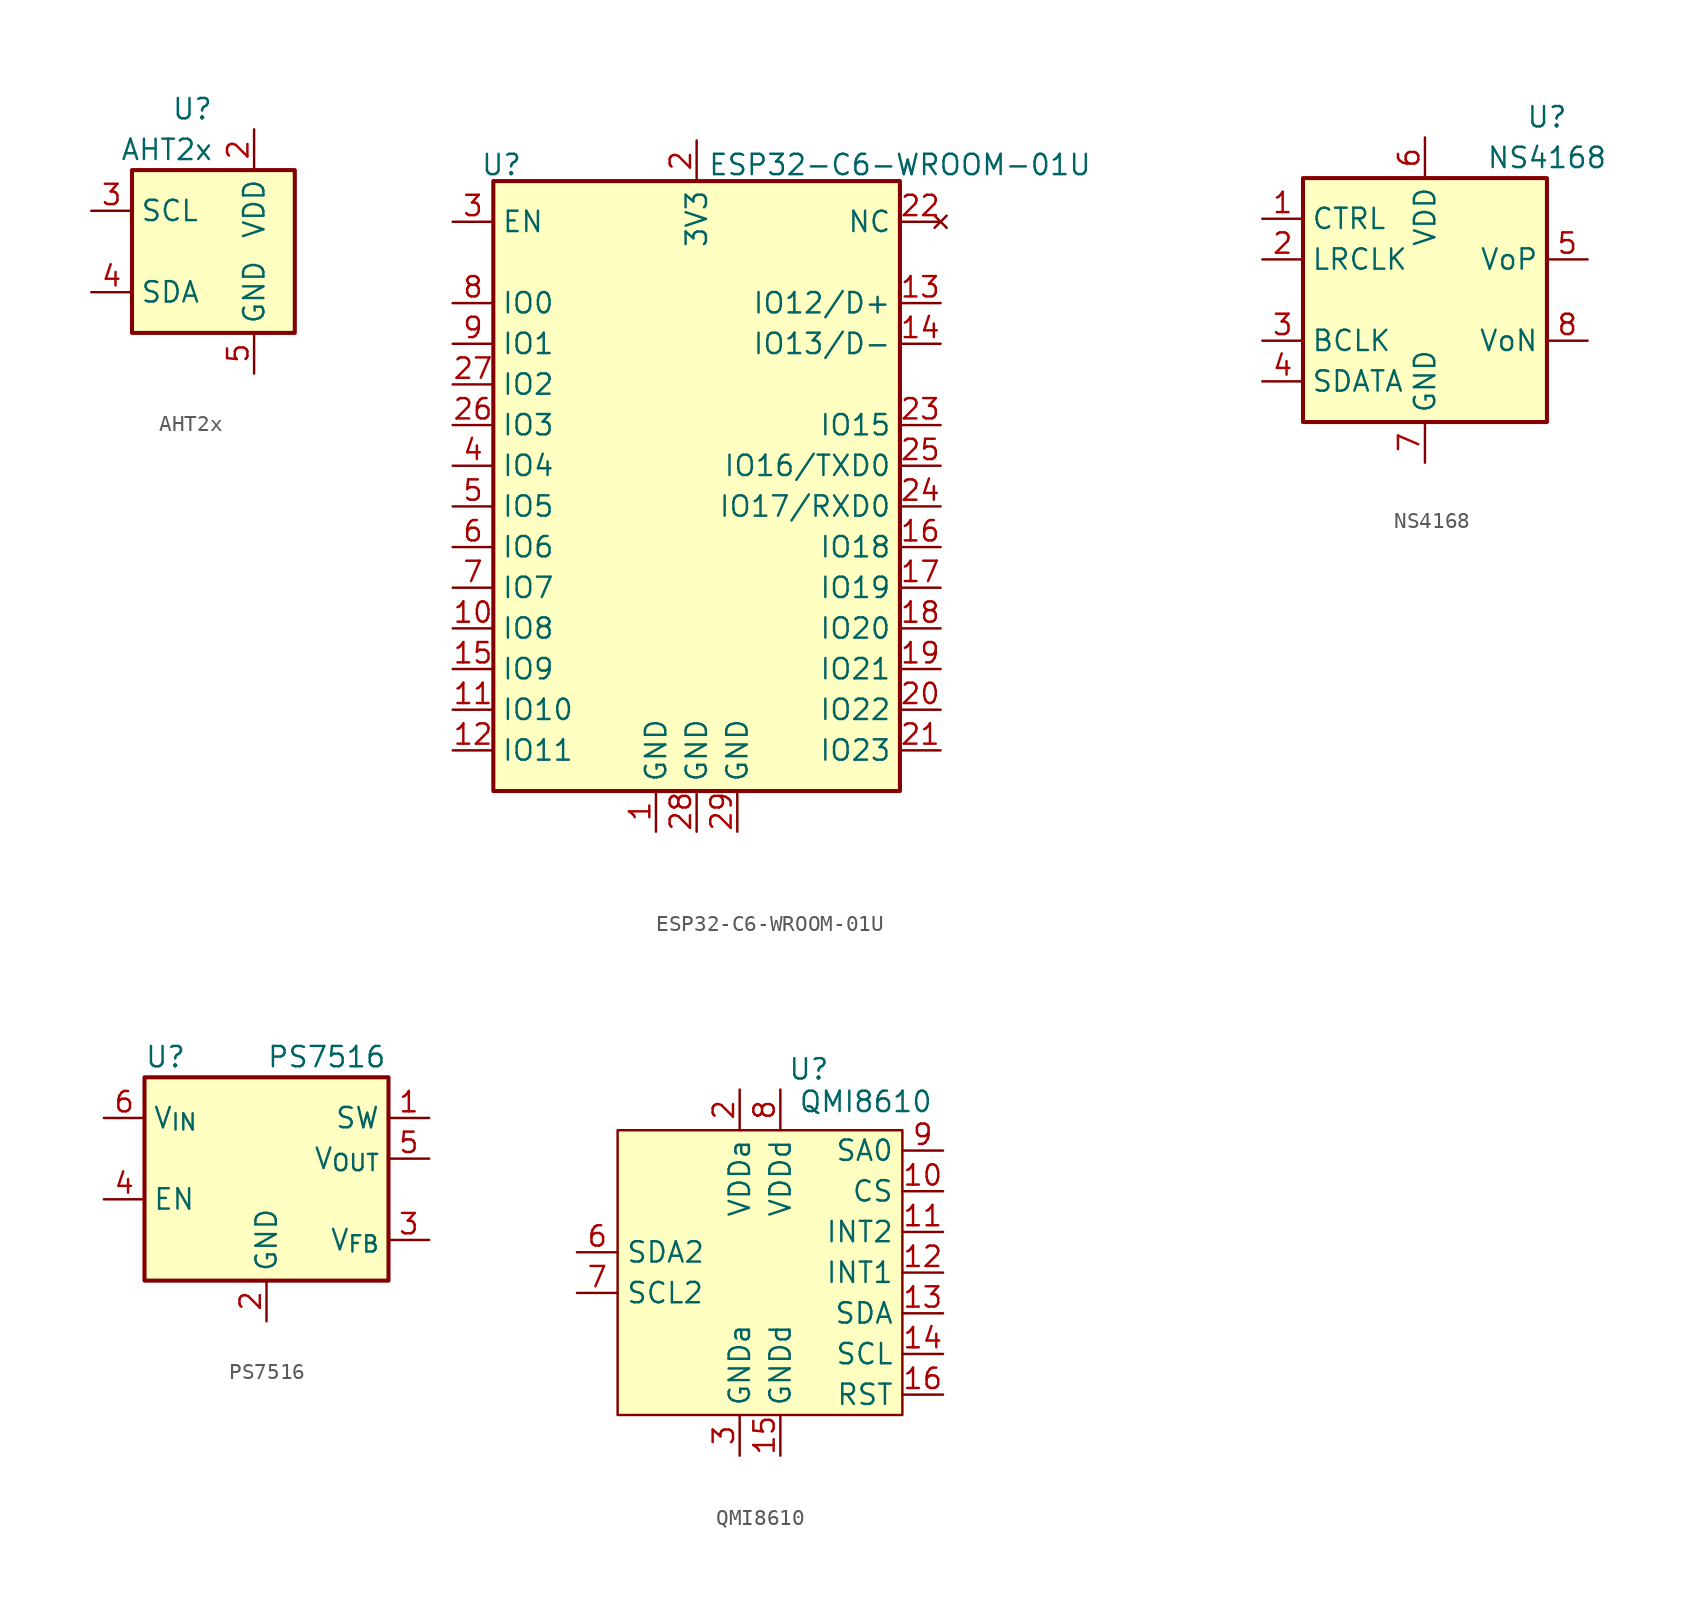
<source format=kicad_sym>
(kicad_symbol_lib
  (version 20231120)
  (generator "kicad_symbol_editor")
  (generator_version "8.0")
  (symbol "AHT2x"
    (property "Reference" "U"
      (at 0 8.89 0)
      (effects (font (size 1.27 1.27)) (justify right)))
    (property "Value" "AHT2x"
      (at 0 6.35 0)
      (effects (font (size 1.27 1.27)) (justify right)))
    (symbol "AHT2x_1_1"
      (rectangle (start -5.08 5.08) (end 5.08 -5.08) (stroke (width 0.254) (type default)) (fill (type background)))
      (pin no_connect line (at 5.08 0 180) (length 2.54) hide (name "NC" (effects (font (size 1.27 1.27)))) (number "1" (effects (font (size 1.27 1.27)))))
      (pin power_in line (at 2.54 7.62 270) (length 2.54) (name "VDD" (effects (font (size 1.27 1.27)))) (number "2" (effects (font (size 1.27 1.27)))))
      (pin input line (at -7.62 2.54 0) (length 2.54) (name "SCL" (effects (font (size 1.27 1.27)))) (number "3" (effects (font (size 1.27 1.27)))))
      (pin bidirectional line (at -7.62 -2.54 0) (length 2.54) (name "SDA" (effects (font (size 1.27 1.27)))) (number "4" (effects (font (size 1.27 1.27)))))
      (pin power_in line (at 2.54 -7.62 90) (length 2.54) (name "GND" (effects (font (size 1.27 1.27)))) (number "5" (effects (font (size 1.27 1.27)))))
      (pin no_connect line (at 5.08 0 180) (length 2.54) hide (name "NC" (effects (font (size 1.27 1.27)))) (number "6" (effects (font (size 1.27 1.27)))))))
  (symbol "ESP32-C6-WROOM-01U"
    (property "Reference" "U"
      (at -12.192 21.336 0)
      (effects (font (size 1.27 1.27))))
    (property "Value" "ESP32-C6-WROOM-01U"
      (at 12.7 21.336 0)
      (effects (font (size 1.27 1.27))))
    (symbol "ESP32-C6-WROOM-01U_1_1"
      (rectangle (start -12.7 20.32) (end 12.7 -17.78) (stroke (width 0.254) (type default)) (fill (type background)))
      (pin power_in line (at -2.54 -20.32 90) (length 2.54) (name "GND" (effects (font (size 1.27 1.27)))) (number "1" (effects (font (size 1.27 1.27)))))
      (pin bidirectional line (at -15.24 -7.62 0) (length 2.54) (name "IO8" (effects (font (size 1.27 1.27)))) (number "10" (effects (font (size 1.27 1.27)))))
      (pin bidirectional line (at -15.24 -12.7 0) (length 2.54) (name "IO10" (effects (font (size 1.27 1.27)))) (number "11" (effects (font (size 1.27 1.27)))))
      (pin bidirectional line (at -15.24 -15.24 0) (length 2.54) (name "IO11" (effects (font (size 1.27 1.27)))) (number "12" (effects (font (size 1.27 1.27)))))
      (pin bidirectional line (at 15.24 12.7 180) (length 2.54) (name "IO12/D+" (effects (font (size 1.27 1.27)))) (number "13" (effects (font (size 1.27 1.27)))))
      (pin bidirectional line (at 15.24 10.16 180) (length 2.54) (name "IO13/D-" (effects (font (size 1.27 1.27)))) (number "14" (effects (font (size 1.27 1.27)))))
      (pin bidirectional line (at -15.24 -10.16 0) (length 2.54) (name "IO9" (effects (font (size 1.27 1.27)))) (number "15" (effects (font (size 1.27 1.27)))))
      (pin bidirectional line (at 15.24 -2.54 180) (length 2.54) (name "IO18" (effects (font (size 1.27 1.27)))) (number "16" (effects (font (size 1.27 1.27)))))
      (pin bidirectional line (at 15.24 -5.08 180) (length 2.54) (name "IO19" (effects (font (size 1.27 1.27)))) (number "17" (effects (font (size 1.27 1.27)))))
      (pin bidirectional line (at 15.24 -7.62 180) (length 2.54) (name "IO20" (effects (font (size 1.27 1.27)))) (number "18" (effects (font (size 1.27 1.27)))))
      (pin bidirectional line (at 15.24 -10.16 180) (length 2.54) (name "IO21" (effects (font (size 1.27 1.27)))) (number "19" (effects (font (size 1.27 1.27)))))
      (pin power_in line (at 0 22.86 270) (length 2.54) (name "3V3" (effects (font (size 1.27 1.27)))) (number "2" (effects (font (size 1.27 1.27)))))
      (pin bidirectional line (at 15.24 -12.7 180) (length 2.54) (name "IO22" (effects (font (size 1.27 1.27)))) (number "20" (effects (font (size 1.27 1.27)))))
      (pin bidirectional line (at 15.24 -15.24 180) (length 2.54) (name "IO23" (effects (font (size 1.27 1.27)))) (number "21" (effects (font (size 1.27 1.27)))))
      (pin no_connect line (at 15.24 17.78 180) (length 2.54) (name "NC" (effects (font (size 1.27 1.27)))) (number "22" (effects (font (size 1.27 1.27)))))
      (pin bidirectional line (at 15.24 5.08 180) (length 2.54) (name "IO15" (effects (font (size 1.27 1.27)))) (number "23" (effects (font (size 1.27 1.27)))))
      (pin bidirectional line (at 15.24 0 180) (length 2.54) (name "IO17/RXD0" (effects (font (size 1.27 1.27)))) (number "24" (effects (font (size 1.27 1.27)))))
      (pin bidirectional line (at 15.24 2.54 180) (length 2.54) (name "IO16/TXD0" (effects (font (size 1.27 1.27)))) (number "25" (effects (font (size 1.27 1.27)))))
      (pin bidirectional line (at -15.24 5.08 0) (length 2.54) (name "IO3" (effects (font (size 1.27 1.27)))) (number "26" (effects (font (size 1.27 1.27)))))
      (pin bidirectional line (at -15.24 7.62 0) (length 2.54) (name "IO2" (effects (font (size 1.27 1.27)))) (number "27" (effects (font (size 1.27 1.27)))))
      (pin power_in line (at 0 -20.32 90) (length 2.54) (name "GND" (effects (font (size 1.27 1.27)))) (number "28" (effects (font (size 1.27 1.27)))))
      (pin input line (at 2.54 -20.32 90) (length 2.54) (name "GND" (effects (font (size 1.27 1.27)))) (number "29" (effects (font (size 1.27 1.27)))))
      (pin input line (at -15.24 17.78 0) (length 2.54) (name "EN" (effects (font (size 1.27 1.27)))) (number "3" (effects (font (size 1.27 1.27)))))
      (pin bidirectional line (at -15.24 2.54 0) (length 2.54) (name "IO4" (effects (font (size 1.27 1.27)))) (number "4" (effects (font (size 1.27 1.27)))))
      (pin bidirectional line (at -15.24 0 0) (length 2.54) (name "IO5" (effects (font (size 1.27 1.27)))) (number "5" (effects (font (size 1.27 1.27)))))
      (pin bidirectional line (at -15.24 -2.54 0) (length 2.54) (name "IO6" (effects (font (size 1.27 1.27)))) (number "6" (effects (font (size 1.27 1.27)))))
      (pin bidirectional line (at -15.24 -5.08 0) (length 2.54) (name "IO7" (effects (font (size 1.27 1.27)))) (number "7" (effects (font (size 1.27 1.27)))))
      (pin bidirectional line (at -15.24 12.7 0) (length 2.54) (name "IO0" (effects (font (size 1.27 1.27)))) (number "8" (effects (font (size 1.27 1.27)))))
      (pin bidirectional line (at -15.24 10.16 0) (length 2.54) (name "IO1" (effects (font (size 1.27 1.27)))) (number "9" (effects (font (size 1.27 1.27)))))))
  (symbol "NS4168"
    (property "Reference" "U"
      (at 7.62 11.43 0)
      (effects (font (size 1.27 1.27))))
    (property "Value" "NS4168"
      (at 7.62 8.89 0)
      (effects (font (size 1.27 1.27))))
    (symbol "NS4168_0_1"
      (rectangle (start -7.62 7.62) (end 7.62 -7.62) (stroke (width 0.254) (type default)) (fill (type background))))
    (symbol "NS4168_1_1"
      (pin input line (at -10.16 5.08 0) (length 2.54) (name "CTRL" (effects (font (size 1.27 1.27)))) (number "1" (effects (font (size 1.27 1.27)))))
      (pin input line (at -10.16 2.54 0) (length 2.54) (name "LRCLK" (effects (font (size 1.27 1.27)))) (number "2" (effects (font (size 1.27 1.27)))))
      (pin input line (at -10.16 -2.54 0) (length 2.54) (name "BCLK" (effects (font (size 1.27 1.27)))) (number "3" (effects (font (size 1.27 1.27)))))
      (pin input line (at -10.16 -5.08 0) (length 2.54) (name "SDATA" (effects (font (size 1.27 1.27)))) (number "4" (effects (font (size 1.27 1.27)))))
      (pin output line (at 10.16 2.54 180) (length 2.54) (name "VoP" (effects (font (size 1.27 1.27)))) (number "5" (effects (font (size 1.27 1.27)))))
      (pin power_in line (at 0 10.16 270) (length 2.54) (name "VDD" (effects (font (size 1.27 1.27)))) (number "6" (effects (font (size 1.27 1.27)))))
      (pin power_in line (at 0 -10.16 90) (length 2.54) (name "GND" (effects (font (size 1.27 1.27)))) (number "7" (effects (font (size 1.27 1.27)))))
      (pin output line (at 10.16 -2.54 180) (length 2.54) (name "VoN" (effects (font (size 1.27 1.27)))) (number "8" (effects (font (size 1.27 1.27)))))))
  (symbol "PS7516"
    (property "Reference" "U"
      (at -7.62 8.89 0)
      (effects (font (size 1.27 1.27)) (justify left)))
    (property "Value" "PS7516"
      (at 0 8.89 0)
      (effects (font (size 1.27 1.27)) (justify left)))
    (symbol "PS7516_0_1"
      (rectangle (start -7.62 7.62) (end 7.62 -5.08) (stroke (width 0.254) (type default)) (fill (type background))))
    (symbol "PS7516_1_1"
      (pin input line (at 10.16 5.08 180) (length 2.54) (name "SW" (effects (font (size 1.27 1.27)))) (number "1" (effects (font (size 1.27 1.27)))))
      (pin power_in line (at 0 -7.62 90) (length 2.54) (name "GND" (effects (font (size 1.27 1.27)))) (number "2" (effects (font (size 1.27 1.27)))))
      (pin input line (at 10.16 -2.54 180) (length 2.54) (name "V_{FB}" (effects (font (size 1.27 1.27)))) (number "3" (effects (font (size 1.27 1.27)))))
      (pin input line (at -10.16 0 0) (length 2.54) (name "EN" (effects (font (size 1.27 1.27)))) (number "4" (effects (font (size 1.27 1.27)))))
      (pin power_out line (at 10.16 2.54 180) (length 2.54) (name "V_{OUT}" (effects (font (size 1.27 1.27)))) (number "5" (effects (font (size 1.27 1.27)))))
      (pin power_in line (at -10.16 5.08 0) (length 2.54) (name "V_{IN}" (effects (font (size 1.27 1.27)))) (number "6" (effects (font (size 1.27 1.27)))))))
  (symbol "QMI8610"
    (property "Reference" "U"
      (at 3.048 12.7 0)
      (effects (font (size 1.27 1.27))))
    (property "Value" "QMI8610"
      (at 6.604 10.668 0)
      (effects (font (size 1.27 1.27))))
    (symbol "QMI8610_1_1"
      (rectangle (start -8.89 8.89) (end 8.89 -8.89) (stroke (width 0) (type default)) (fill (type background)))
      (pin no_connect line (at -11.43 -3.81 0) (length 2.54) hide (name "RESV3" (effects (font (size 1.27 1.27)))) (number "1" (effects (font (size 1.27 1.27)))))
      (pin input line (at 11.43 5.08 180) (length 2.54) (name "CS" (effects (font (size 1.27 1.27)))) (number "10" (effects (font (size 1.27 1.27)))))
      (pin input line (at 11.43 2.54 180) (length 2.54) (name "INT2" (effects (font (size 1.27 1.27)))) (number "11" (effects (font (size 1.27 1.27)))))
      (pin input line (at 11.43 0 180) (length 2.54) (name "INT1" (effects (font (size 1.27 1.27)))) (number "12" (effects (font (size 1.27 1.27)))))
      (pin bidirectional line (at 11.43 -2.54 180) (length 2.54) (name "SDA" (effects (font (size 1.27 1.27)))) (number "13" (effects (font (size 1.27 1.27)))))
      (pin bidirectional line (at 11.43 -5.08 180) (length 2.54) (name "SCL" (effects (font (size 1.27 1.27)))) (number "14" (effects (font (size 1.27 1.27)))))
      (pin power_in line (at 1.27 -11.43 90) (length 2.54) (name "GNDd" (effects (font (size 1.27 1.27)))) (number "15" (effects (font (size 1.27 1.27)))))
      (pin input line (at 11.43 -7.62 180) (length 2.54) (name "RST" (effects (font (size 1.27 1.27)))) (number "16" (effects (font (size 1.27 1.27)))))
      (pin power_in line (at -1.27 11.43 270) (length 2.54) (name "VDDa" (effects (font (size 1.27 1.27)))) (number "2" (effects (font (size 1.27 1.27)))))
      (pin power_in line (at -1.27 -11.43 90) (length 2.54) (name "GNDa" (effects (font (size 1.27 1.27)))) (number "3" (effects (font (size 1.27 1.27)))))
      (pin no_connect line (at -11.43 6.35 0) (length 2.54) hide (name "RESV2" (effects (font (size 1.27 1.27)))) (number "4" (effects (font (size 1.27 1.27)))))
      (pin no_connect line (at -11.43 3.81 0) (length 2.54) hide (name "RESV1" (effects (font (size 1.27 1.27)))) (number "5" (effects (font (size 1.27 1.27)))))
      (pin bidirectional line (at -11.43 1.27 0) (length 2.54) (name "SDA2" (effects (font (size 1.27 1.27)))) (number "6" (effects (font (size 1.27 1.27)))))
      (pin bidirectional line (at -11.43 -1.27 0) (length 2.54) (name "SCL2" (effects (font (size 1.27 1.27)))) (number "7" (effects (font (size 1.27 1.27)))))
      (pin power_in line (at 1.27 11.43 270) (length 2.54) (name "VDDd" (effects (font (size 1.27 1.27)))) (number "8" (effects (font (size 1.27 1.27)))))
      (pin bidirectional line (at 11.43 7.62 180) (length 2.54) (name "SA0" (effects (font (size 1.27 1.27)))) (number "9" (effects (font (size 1.27 1.27))))))))
</source>
